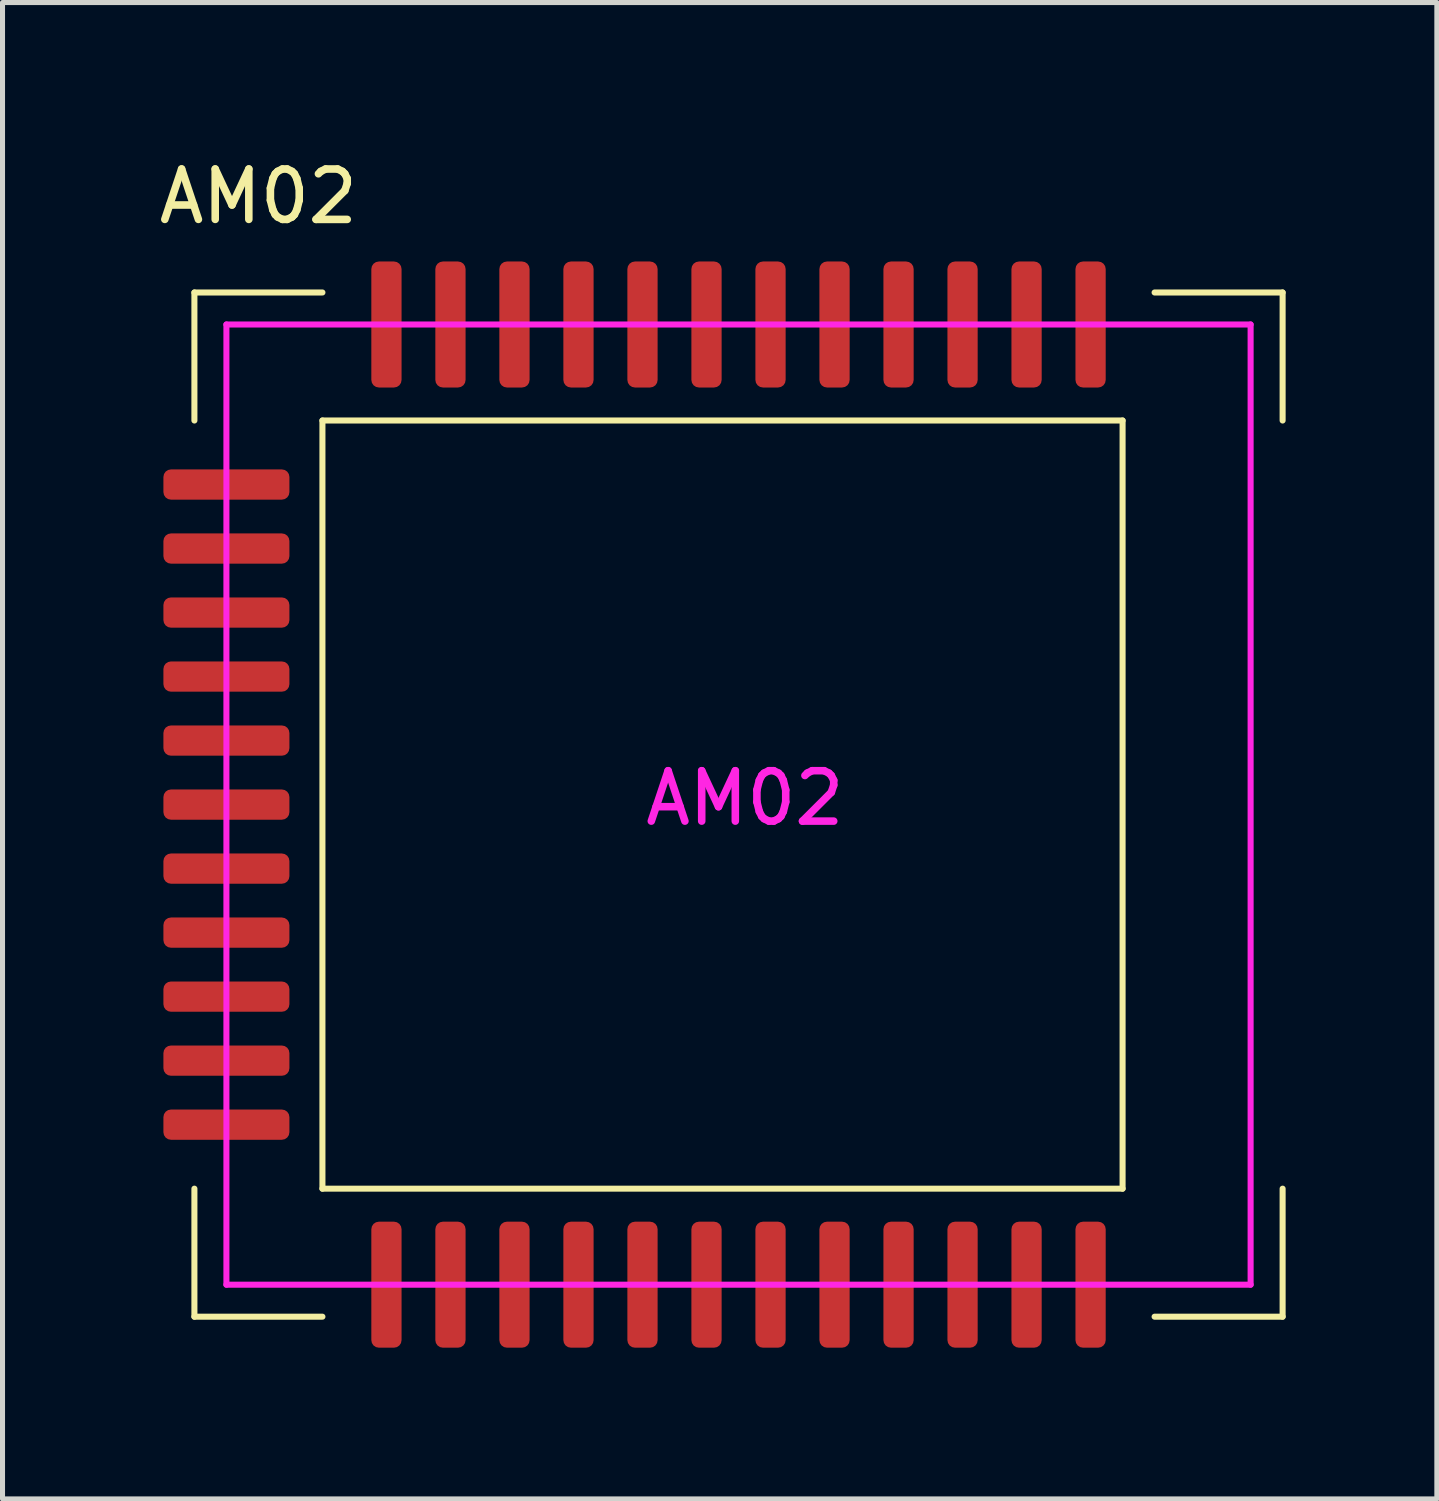
<source format=kicad_pcb>
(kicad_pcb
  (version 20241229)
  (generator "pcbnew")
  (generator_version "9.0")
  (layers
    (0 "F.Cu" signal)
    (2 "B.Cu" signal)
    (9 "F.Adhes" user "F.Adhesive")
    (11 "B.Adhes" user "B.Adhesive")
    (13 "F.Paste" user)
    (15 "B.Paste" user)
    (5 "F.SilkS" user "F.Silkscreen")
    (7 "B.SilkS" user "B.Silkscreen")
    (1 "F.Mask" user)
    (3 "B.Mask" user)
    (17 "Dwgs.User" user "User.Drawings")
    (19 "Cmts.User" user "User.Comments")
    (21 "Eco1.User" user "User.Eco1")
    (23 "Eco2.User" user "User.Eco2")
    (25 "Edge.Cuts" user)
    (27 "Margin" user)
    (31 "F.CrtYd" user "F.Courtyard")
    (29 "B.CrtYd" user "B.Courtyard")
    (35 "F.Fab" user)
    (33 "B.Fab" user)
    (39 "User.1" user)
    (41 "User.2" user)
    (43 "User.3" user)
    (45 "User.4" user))
  (footprint "AM02"
    (layer "F.Cu")
    (at 6.522 16.088)
    (property "Reference" "AM02" (at -4.445 -15.24 0) (layer "F.SilkS") (effects (font (size 1 1) (thickness 0.15))))
    (attr through_hole)
    (fp_line (start -5.715 -13.335) (end -5.715 -10.795) (stroke (width 0.12) (type solid)) (layer "F.SilkS"))
    (fp_line (start -5.715 4.445) (end -5.715 6.985) (stroke (width 0.12) (type solid)) (layer "F.SilkS"))
    (fp_line (start -5.715 6.985) (end -3.175 6.985) (stroke (width 0.12) (type solid)) (layer "F.SilkS"))
    (fp_line (start -3.175 -13.335) (end -5.715 -13.335) (stroke (width 0.12) (type solid)) (layer "F.SilkS"))
    (fp_line (start -3.175 -10.795) (end 12.7 -10.795) (stroke (width 0.12) (type solid)) (layer "F.SilkS"))
    (fp_line (start -3.175 4.445) (end -3.175 -10.795) (stroke (width 0.12) (type solid)) (layer "F.SilkS"))
    (fp_line (start 12.7 -10.795) (end 12.7 4.445) (stroke (width 0.12) (type solid)) (layer "F.SilkS"))
    (fp_line (start 12.7 4.445) (end -3.175 4.445) (stroke (width 0.12) (type solid)) (layer "F.SilkS"))
    (fp_line (start 13.335 -13.335) (end 15.875 -13.335) (stroke (width 0.12) (type solid)) (layer "F.SilkS"))
    (fp_line (start 13.335 6.985) (end 15.875 6.985) (stroke (width 0.12) (type solid)) (layer "F.SilkS"))
    (fp_line (start 15.875 -13.335) (end 15.875 -10.795) (stroke (width 0.12) (type solid)) (layer "F.SilkS"))
    (fp_line (start 15.875 6.985) (end 15.875 4.445) (stroke (width 0.12) (type solid)) (layer "F.SilkS"))
    (fp_line (start -5.08 -12.7) (end 15.24 -12.7) (stroke (width 0.12) (type solid)) (layer "F.CrtYd"))
    (fp_line (start -5.08 6.35) (end -5.08 -12.7) (stroke (width 0.12) (type solid)) (layer "F.CrtYd"))
    (fp_line (start 15.24 -12.7) (end 15.24 6.35) (stroke (width 0.12) (type solid)) (layer "F.CrtYd"))
    (fp_line (start 15.24 6.35) (end -5.08 6.35) (stroke (width 0.12) (type solid)) (layer "F.CrtYd"))
    (fp_text user "AM02" (at 5.207 -3.302 0) (layer "F.CrtYd") (effects (font (size 1 1) (thickness 0.15))))
    (pad "1" smd roundrect (at 12.065 -12.7 180) (size 0.6 2.5) (layers "F.Cu" "F.Mask" "F.Paste") (roundrect_rratio 0.25))
    (pad "2" smd roundrect (at 10.795 -12.7 180) (size 0.6 2.5) (layers "F.Cu" "F.Mask" "F.Paste") (roundrect_rratio 0.25))
    (pad "3" smd roundrect (at 9.525 -12.7 180) (size 0.6 2.5) (layers "F.Cu" "F.Mask" "F.Paste") (roundrect_rratio 0.25))
    (pad "4" smd roundrect (at 8.255 -12.7 180) (size 0.6 2.5) (layers "F.Cu" "F.Mask" "F.Paste") (roundrect_rratio 0.25))
    (pad "5" smd roundrect (at 6.985 -12.7 180) (size 0.6 2.5) (layers "F.Cu" "F.Mask" "F.Paste") (roundrect_rratio 0.25))
    (pad "6" smd roundrect (at 5.715 -12.7 180) (size 0.6 2.5) (layers "F.Cu" "F.Mask" "F.Paste") (roundrect_rratio 0.25))
    (pad "7" smd roundrect (at 4.445 -12.7 180) (size 0.6 2.5) (layers "F.Cu" "F.Mask" "F.Paste") (roundrect_rratio 0.25))
    (pad "8" smd roundrect (at 3.175 -12.7 180) (size 0.6 2.5) (layers "F.Cu" "F.Mask" "F.Paste") (roundrect_rratio 0.25))
    (pad "9" smd roundrect (at 1.905 -12.7 180) (size 0.6 2.5) (layers "F.Cu" "F.Mask" "F.Paste") (roundrect_rratio 0.25))
    (pad "10" smd roundrect (at 0.635 -12.7 180) (size 0.6 2.5) (layers "F.Cu" "F.Mask" "F.Paste") (roundrect_rratio 0.25))
    (pad "11" smd roundrect (at -0.635 -12.7 180) (size 0.6 2.5) (layers "F.Cu" "F.Mask" "F.Paste") (roundrect_rratio 0.25))
    (pad "12" smd roundrect (at -1.905 -12.7 180) (size 0.6 2.5) (layers "F.Cu" "F.Mask" "F.Paste") (roundrect_rratio 0.25))
    (pad "13" smd roundrect (at -5.08 -9.525 270) (size 0.6 2.5) (layers "F.Cu" "F.Mask" "F.Paste") (roundrect_rratio 0.25))
    (pad "14" smd roundrect (at -5.08 -8.255 270) (size 0.6 2.5) (layers "F.Cu" "F.Mask" "F.Paste") (roundrect_rratio 0.25))
    (pad "15" smd roundrect (at -5.08 -6.985 270) (size 0.6 2.5) (layers "F.Cu" "F.Mask" "F.Paste") (roundrect_rratio 0.25))
    (pad "16" smd roundrect (at -5.08 -5.715 270) (size 0.6 2.5) (layers "F.Cu" "F.Mask" "F.Paste") (roundrect_rratio 0.25))
    (pad "17" smd roundrect (at -5.08 -4.445 270) (size 0.6 2.5) (layers "F.Cu" "F.Mask" "F.Paste") (roundrect_rratio 0.25))
    (pad "18" smd roundrect (at -5.08 -3.175 270) (size 0.6 2.5) (layers "F.Cu" "F.Mask" "F.Paste") (roundrect_rratio 0.25))
    (pad "19" smd roundrect (at -5.08 -1.905 270) (size 0.6 2.5) (layers "F.Cu" "F.Mask" "F.Paste") (roundrect_rratio 0.25))
    (pad "20" smd roundrect (at -5.08 -0.635 270) (size 0.6 2.5) (layers "F.Cu" "F.Mask" "F.Paste") (roundrect_rratio 0.25))
    (pad "21" smd roundrect (at -5.08 0.635 270) (size 0.6 2.5) (layers "F.Cu" "F.Mask" "F.Paste") (roundrect_rratio 0.25))
    (pad "22" smd roundrect (at -5.08 1.905 270) (size 0.6 2.5) (layers "F.Cu" "F.Mask" "F.Paste") (roundrect_rratio 0.25))
    (pad "23" smd roundrect (at -5.08 3.175 270) (size 0.6 2.5) (layers "F.Cu" "F.Mask" "F.Paste") (roundrect_rratio 0.25))
    (pad "24" smd roundrect (at -1.905 6.35) (size 0.6 2.5) (layers "F.Cu" "F.Mask" "F.Paste") (roundrect_rratio 0.25))
    (pad "25" smd roundrect (at -0.635 6.35) (size 0.6 2.5) (layers "F.Cu" "F.Mask" "F.Paste") (roundrect_rratio 0.25))
    (pad "26" smd roundrect (at 0.635 6.35) (size 0.6 2.5) (layers "F.Cu" "F.Mask" "F.Paste") (roundrect_rratio 0.25))
    (pad "27" smd roundrect (at 1.905 6.35) (size 0.6 2.5) (layers "F.Cu" "F.Mask" "F.Paste") (roundrect_rratio 0.25))
    (pad "28" smd roundrect (at 3.175 6.35) (size 0.6 2.5) (layers "F.Cu" "F.Mask" "F.Paste") (roundrect_rratio 0.25))
    (pad "29" smd roundrect (at 4.445 6.35) (size 0.6 2.5) (layers "F.Cu" "F.Mask" "F.Paste") (roundrect_rratio 0.25))
    (pad "30" smd roundrect (at 5.715 6.35) (size 0.6 2.5) (layers "F.Cu" "F.Mask" "F.Paste") (roundrect_rratio 0.25))
    (pad "31" smd roundrect (at 6.985 6.35) (size 0.6 2.5) (layers "F.Cu" "F.Mask" "F.Paste") (roundrect_rratio 0.25))
    (pad "32" smd roundrect (at 8.255 6.35) (size 0.6 2.5) (layers "F.Cu" "F.Mask" "F.Paste") (roundrect_rratio 0.25))
    (pad "33" smd roundrect (at 9.525 6.35) (size 0.6 2.5) (layers "F.Cu" "F.Mask" "F.Paste") (roundrect_rratio 0.25))
    (pad "34" smd roundrect (at 10.795 6.35) (size 0.6 2.5) (layers "F.Cu" "F.Mask" "F.Paste") (roundrect_rratio 0.25))
    (pad "35" smd roundrect (at 12.065 6.35) (size 0.6 2.5) (layers "F.Cu" "F.Mask" "F.Paste") (roundrect_rratio 0.25)))
  (gr_rect
    (start -3 -3)
    (end 25.457 26.688)
    (stroke (width 0.1) (type default))
    (fill no)
    (layer "Edge.Cuts")))
</source>
